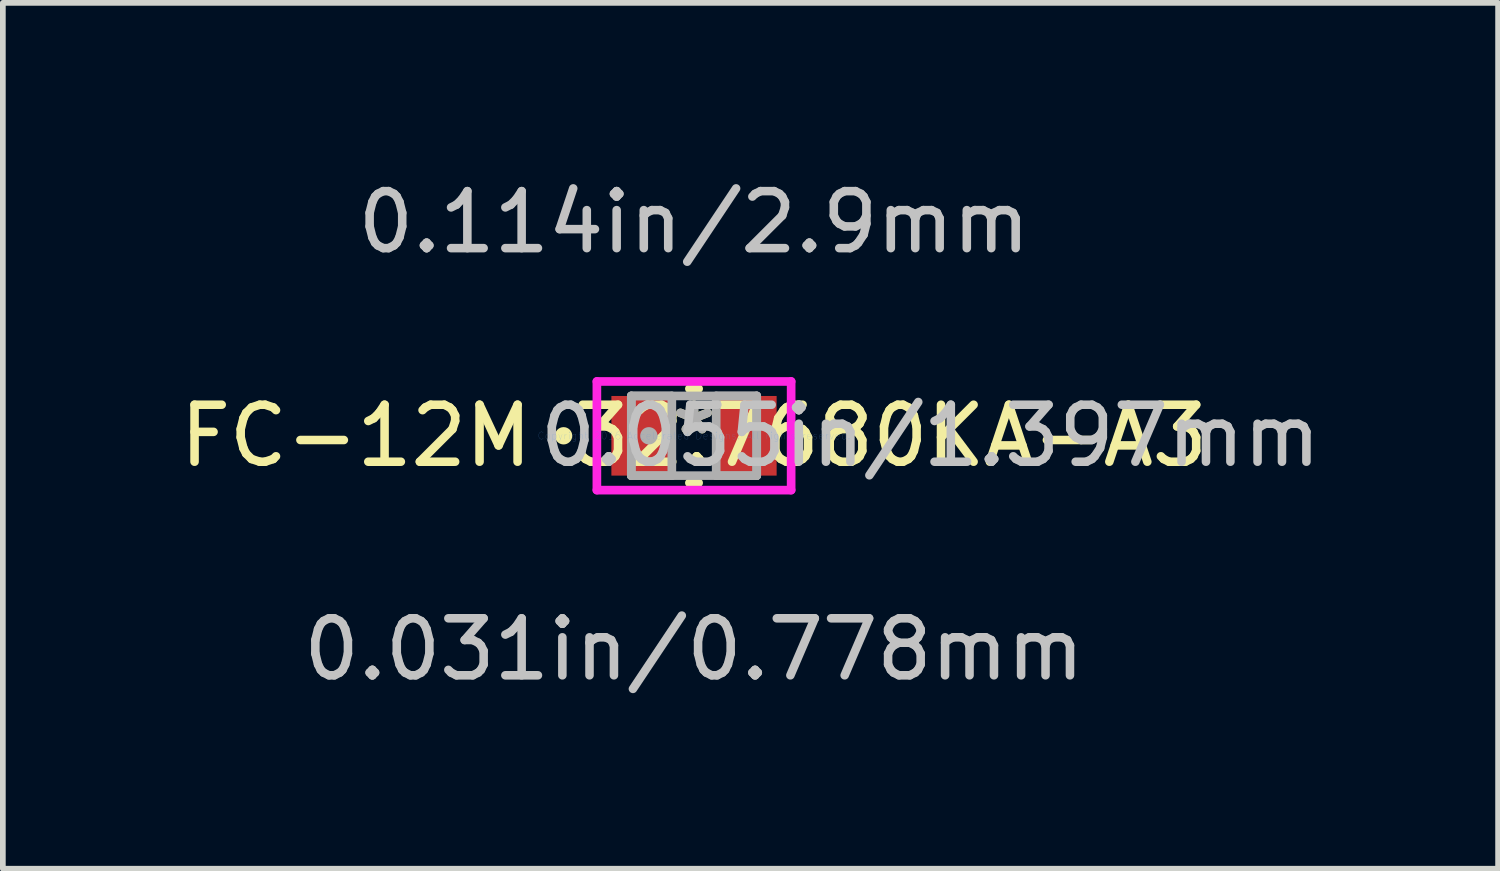
<source format=kicad_pcb>
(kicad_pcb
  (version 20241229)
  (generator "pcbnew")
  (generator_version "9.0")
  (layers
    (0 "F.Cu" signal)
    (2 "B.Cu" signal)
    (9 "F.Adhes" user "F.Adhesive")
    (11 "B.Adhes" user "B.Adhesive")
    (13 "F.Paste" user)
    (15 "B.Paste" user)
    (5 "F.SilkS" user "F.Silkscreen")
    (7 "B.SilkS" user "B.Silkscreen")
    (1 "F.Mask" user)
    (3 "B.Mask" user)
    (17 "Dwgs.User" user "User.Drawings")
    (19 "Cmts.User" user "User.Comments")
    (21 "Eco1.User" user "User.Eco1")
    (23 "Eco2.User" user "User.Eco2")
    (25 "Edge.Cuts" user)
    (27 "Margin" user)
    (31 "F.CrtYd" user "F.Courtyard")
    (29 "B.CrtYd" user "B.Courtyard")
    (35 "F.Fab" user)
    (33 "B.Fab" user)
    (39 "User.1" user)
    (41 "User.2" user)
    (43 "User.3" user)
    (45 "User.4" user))
  (footprint "FC-12M 32.7680KA-A3"
    (layer "F.Cu")
    (at 9.125 4.595)
    (property "Reference" "FC-12M 32.7680KA-A3" (at 0 0 0) (layer "F.SilkS") (effects (font (size 1 1) (thickness 0.15))))
    (attr through_hole)
    (fp_line (start -0.081 0.826) (end 0.081 0.826) (stroke (width 0.152) (type solid)) (layer "F.SilkS"))
    (fp_line (start 0.081 -0.826) (end -0.081 -0.826) (stroke (width 0.152) (type solid)) (layer "F.SilkS"))
    (fp_circle (center -2.288 0) (end -2.212 0) (stroke (width 0.152) (type solid)) (fill no) (layer "F.SilkS"))
    (fp_line (start -1.704 -0.953) (end 1.704 -0.953) (stroke (width 0.152) (type solid)) (layer "F.CrtYd"))
    (fp_line (start -1.704 0.953) (end -1.704 -0.953) (stroke (width 0.152) (type solid)) (layer "F.CrtYd"))
    (fp_line (start 1.704 -0.953) (end 1.704 0.953) (stroke (width 0.152) (type solid)) (layer "F.CrtYd"))
    (fp_line (start 1.704 0.953) (end -1.704 0.953) (stroke (width 0.152) (type solid)) (layer "F.CrtYd"))
    (fp_line (start -1.1 -0.699) (end -1.1 0.699) (stroke (width 0.152) (type solid)) (layer "F.Fab"))
    (fp_line (start -1.1 -0.699) (end -1.1 0.699) (stroke (width 0.152) (type solid)) (layer "F.Fab"))
    (fp_line (start -1.1 0.699) (end -0.389 0.699) (stroke (width 0.152) (type solid)) (layer "F.Fab"))
    (fp_line (start -1.1 0.699) (end 1.1 0.699) (stroke (width 0.152) (type solid)) (layer "F.Fab"))
    (fp_line (start -0.389 -0.699) (end -1.1 -0.699) (stroke (width 0.152) (type solid)) (layer "F.Fab"))
    (fp_line (start -0.389 0.699) (end -0.389 -0.699) (stroke (width 0.152) (type solid)) (layer "F.Fab"))
    (fp_line (start 0.389 -0.699) (end 0.389 0.699) (stroke (width 0.152) (type solid)) (layer "F.Fab"))
    (fp_line (start 0.389 0.699) (end 1.1 0.699) (stroke (width 0.152) (type solid)) (layer "F.Fab"))
    (fp_line (start 1.1 -0.699) (end -1.1 -0.699) (stroke (width 0.152) (type solid)) (layer "F.Fab"))
    (fp_line (start 1.1 -0.699) (end 0.389 -0.699) (stroke (width 0.152) (type solid)) (layer "F.Fab"))
    (fp_line (start 1.1 0.699) (end 1.1 -0.699) (stroke (width 0.152) (type solid)) (layer "F.Fab"))
    (fp_line (start 1.1 0.699) (end 1.1 -0.699) (stroke (width 0.152) (type solid)) (layer "F.Fab"))
    (fp_circle (center -0.792 0) (end -0.716 0) (stroke (width 0.152) (type solid)) (fill no) (layer "F.Fab"))
    (fp_text user "*" (at 0 0 0) (layer "F.SilkS") (effects (font (size 1 1) (thickness 0.15))))
    (fp_text user "0.031in/0.778mm" (at 0 3.747 0) (layer "Dwgs.User") (effects (font (size 1 1) (thickness 0.15))))
    (fp_text user "0.114in/2.9mm" (at 0 -3.747 0) (layer "Dwgs.User") (effects (font (size 1 1) (thickness 0.15))))
    (fp_text user "0.055in/1.397mm" (at 4.148 0 0) (layer "Dwgs.User") (effects (font (size 1 1) (thickness 0.15))))
    (fp_text user "Copyright 2016 Accelerated Designs. All rights reserved." (at 0 0 0) (layer "Cmts.User") (effects (font (size 0.127 0.127) (thickness 0.002))))
    (fp_text user "*" (at 0 0 0) (layer "F.Fab") (effects (font (size 1 1) (thickness 0.15))))
    (pad "1" smd rect (at -0.919 0) (size 1.061 1.397) (layers "F.Cu" "F.Mask" "F.Paste"))
    (pad "2" smd rect (at 0.919 0) (size 1.061 1.397) (layers "F.Cu" "F.Mask" "F.Paste")))
  (gr_rect
    (start -3 -3)
    (end 23.231 12.19)
    (stroke (width 0.1) (type default))
    (fill no)
    (layer "Edge.Cuts")))
</source>
